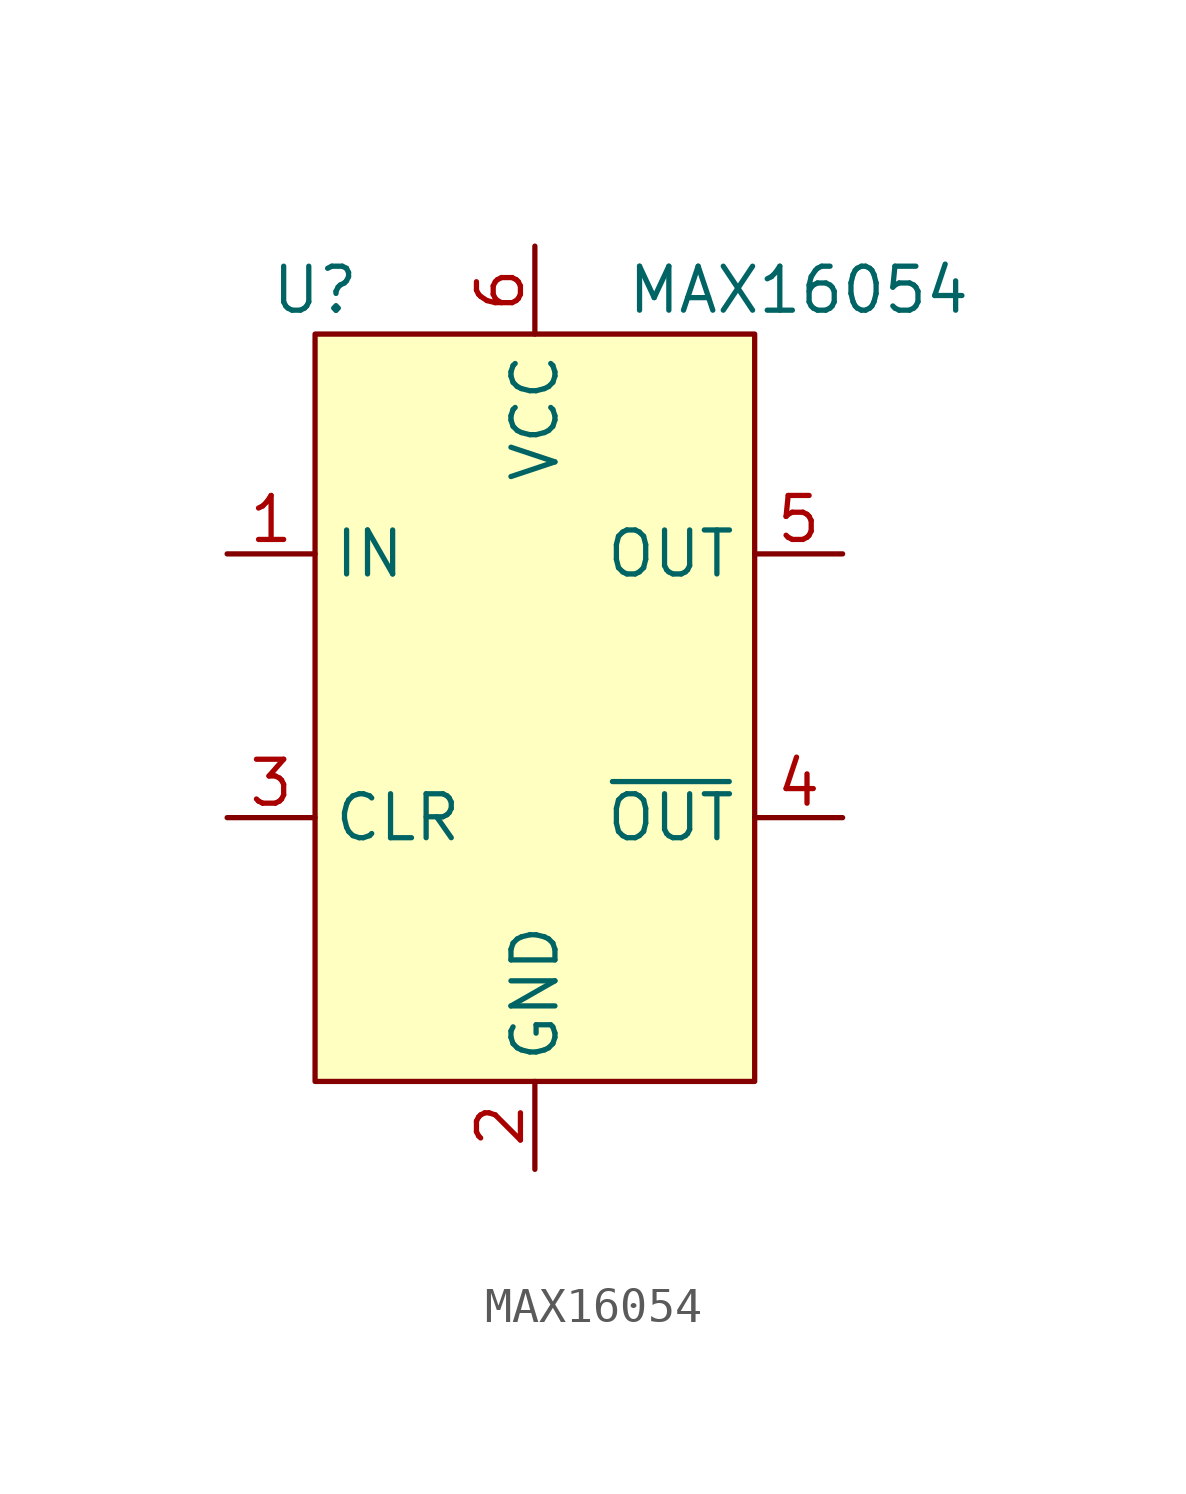
<source format=kicad_sym>
(kicad_symbol_lib
  (version 20211014)
  (generator kicad_symbol_editor)
  (symbol "MAX16054"
    (property "Reference" "U"
      (at -6.35 11.43 0)
      (effects (font (size 1.27 1.27))))
    (property "Value" "MAX16054"
      (at 7.62 11.43 0)
      (effects (font (size 1.27 1.27))))
    (symbol "MAX16054_0_1"
      (rectangle (start -6.35 10.16) (end 6.35 -11.43) (stroke (width 0) (type default) (color 0 0 0 0)) (fill (type background))))
    (symbol "MAX16054_1_1"
      (pin input line (at -8.89 3.81 0) (length 2.54) (name "IN" (effects (font (size 1.27 1.27)))) (number "1" (effects (font (size 1.27 1.27)))))
      (pin power_in line (at 0 -13.97 90) (length 2.54) (name "GND" (effects (font (size 1.27 1.27)))) (number "2" (effects (font (size 1.27 1.27)))))
      (pin input line (at -8.89 -3.81 0) (length 2.54) (name "CLR" (effects (font (size 1.27 1.27)))) (number "3" (effects (font (size 1.27 1.27)))))
      (pin output line (at 8.89 -3.81 180) (length 2.54) (name "~{OUT}" (effects (font (size 1.27 1.27)))) (number "4" (effects (font (size 1.27 1.27)))))
      (pin output line (at 8.89 3.81 180) (length 2.54) (name "OUT" (effects (font (size 1.27 1.27)))) (number "5" (effects (font (size 1.27 1.27)))))
      (pin power_in line (at 0 12.7 270) (length 2.54) (name "VCC" (effects (font (size 1.27 1.27)))) (number "6" (effects (font (size 1.27 1.27))))))))
</source>
